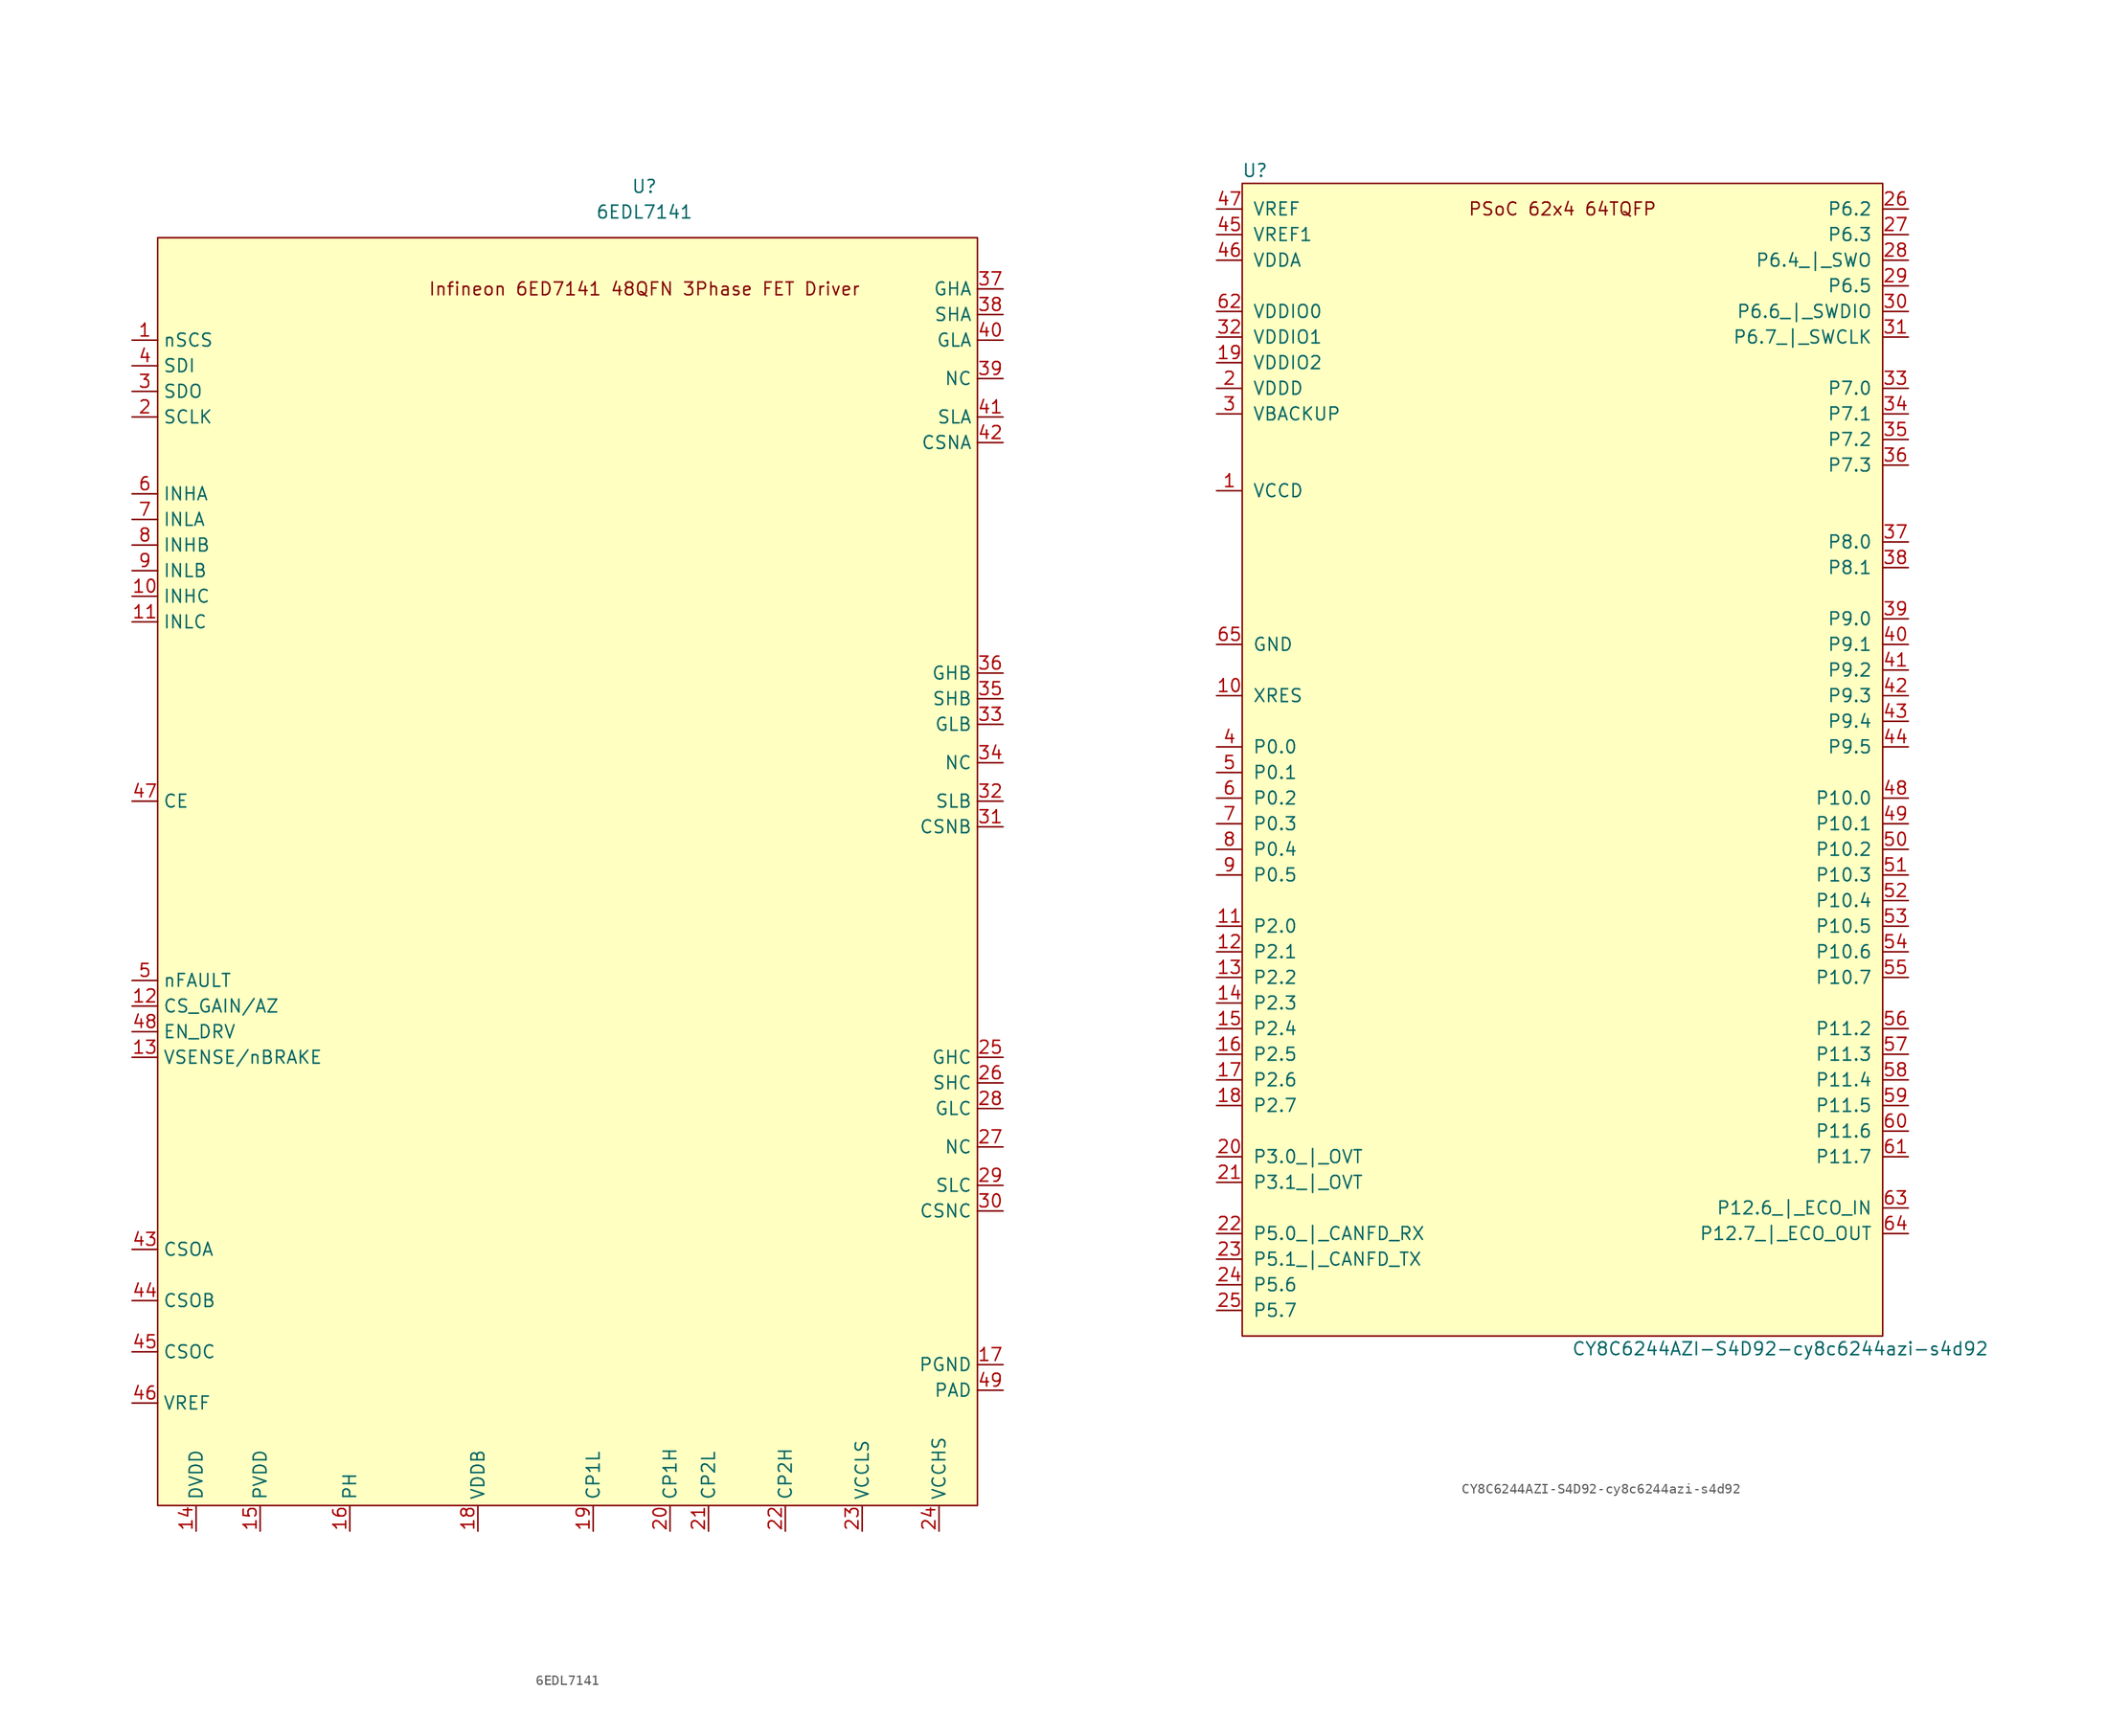
<source format=kicad_sym>
(kicad_symbol_lib
  (version 20201005)
  (generator kicad_symbol_editor)
  (symbol "OpenTurn-rescue:6EDL7141"
    (property "Reference" "U"
      (at 0 5.08 0)
      (effects (font (size 1.27 1.27))))
    (property "Value" "6EDL7141"
      (at 0 2.54 0)
      (effects (font (size 1.27 1.27))))
    (symbol "6EDL7141_0_0"
      (text "Infineon 6ED7141 48QFN 3Phase FET Driver" (at 0 -5.08 0) (effects (font (size 1.27 1.27)))))
    (symbol "6EDL7141_0_1"
      (rectangle (start -48.26 0) (end 33.02 -125.73) (stroke (width 0.152)) (fill (type background))))
    (symbol "6EDL7141_1_1"
      (pin input line (at -50.8 -10.16 0) (length 2.54) (name "nSCS" (effects (font (size 1.27 1.27)))) (number "1" (effects (font (size 1.27 1.27)))))
      (pin input line (at -50.8 -35.56 0) (length 2.54) (name "INHC" (effects (font (size 1.27 1.27)))) (number "10" (effects (font (size 1.27 1.27)))))
      (pin input line (at -50.8 -38.1 0) (length 2.54) (name "INLC" (effects (font (size 1.27 1.27)))) (number "11" (effects (font (size 1.27 1.27)))))
      (pin input line (at -50.8 -76.2 0) (length 2.54) (name "CS_GAIN/AZ" (effects (font (size 1.27 1.27)))) (number "12" (effects (font (size 1.27 1.27)))))
      (pin input line (at -50.8 -81.28 0) (length 2.54) (name "VSENSE/nBRAKE" (effects (font (size 1.27 1.27)))) (number "13" (effects (font (size 1.27 1.27)))))
      (pin input line (at -44.45 -128.27 90) (length 2.54) (name "DVDD" (effects (font (size 1.27 1.27)))) (number "14" (effects (font (size 1.27 1.27)))))
      (pin input line (at -38.1 -128.27 90) (length 2.54) (name "PVDD" (effects (font (size 1.27 1.27)))) (number "15" (effects (font (size 1.27 1.27)))))
      (pin input line (at -29.21 -128.27 90) (length 2.54) (name "PH" (effects (font (size 1.27 1.27)))) (number "16" (effects (font (size 1.27 1.27)))))
      (pin input line (at 35.56 -111.76 180) (length 2.54) (name "PGND" (effects (font (size 1.27 1.27)))) (number "17" (effects (font (size 1.27 1.27)))))
      (pin input line (at -16.51 -128.27 90) (length 2.54) (name "VDDB" (effects (font (size 1.27 1.27)))) (number "18" (effects (font (size 1.27 1.27)))))
      (pin input line (at -5.08 -128.27 90) (length 2.54) (name "CP1L" (effects (font (size 1.27 1.27)))) (number "19" (effects (font (size 1.27 1.27)))))
      (pin input line (at -50.8 -17.78 0) (length 2.54) (name "SCLK" (effects (font (size 1.27 1.27)))) (number "2" (effects (font (size 1.27 1.27)))))
      (pin input line (at 2.54 -128.27 90) (length 2.54) (name "CP1H" (effects (font (size 1.27 1.27)))) (number "20" (effects (font (size 1.27 1.27)))))
      (pin input line (at 6.35 -128.27 90) (length 2.54) (name "CP2L" (effects (font (size 1.27 1.27)))) (number "21" (effects (font (size 1.27 1.27)))))
      (pin input line (at 13.97 -128.27 90) (length 2.54) (name "CP2H" (effects (font (size 1.27 1.27)))) (number "22" (effects (font (size 1.27 1.27)))))
      (pin input line (at 21.59 -128.27 90) (length 2.54) (name "VCCLS" (effects (font (size 1.27 1.27)))) (number "23" (effects (font (size 1.27 1.27)))))
      (pin input line (at 29.21 -128.27 90) (length 2.54) (name "VCCHS" (effects (font (size 1.27 1.27)))) (number "24" (effects (font (size 1.27 1.27)))))
      (pin input line (at 35.56 -81.28 180) (length 2.54) (name "GHC" (effects (font (size 1.27 1.27)))) (number "25" (effects (font (size 1.27 1.27)))))
      (pin input line (at 35.56 -83.82 180) (length 2.54) (name "SHC" (effects (font (size 1.27 1.27)))) (number "26" (effects (font (size 1.27 1.27)))))
      (pin input line (at 35.56 -90.17 180) (length 2.54) (name "NC" (effects (font (size 1.27 1.27)))) (number "27" (effects (font (size 1.27 1.27)))))
      (pin input line (at 35.56 -86.36 180) (length 2.54) (name "GLC" (effects (font (size 1.27 1.27)))) (number "28" (effects (font (size 1.27 1.27)))))
      (pin input line (at 35.56 -93.98 180) (length 2.54) (name "SLC" (effects (font (size 1.27 1.27)))) (number "29" (effects (font (size 1.27 1.27)))))
      (pin input line (at -50.8 -15.24 0) (length 2.54) (name "SDO" (effects (font (size 1.27 1.27)))) (number "3" (effects (font (size 1.27 1.27)))))
      (pin input line (at 35.56 -96.52 180) (length 2.54) (name "CSNC" (effects (font (size 1.27 1.27)))) (number "30" (effects (font (size 1.27 1.27)))))
      (pin input line (at 35.56 -58.42 180) (length 2.54) (name "CSNB" (effects (font (size 1.27 1.27)))) (number "31" (effects (font (size 1.27 1.27)))))
      (pin input line (at 35.56 -55.88 180) (length 2.54) (name "SLB" (effects (font (size 1.27 1.27)))) (number "32" (effects (font (size 1.27 1.27)))))
      (pin input line (at 35.56 -48.26 180) (length 2.54) (name "GLB" (effects (font (size 1.27 1.27)))) (number "33" (effects (font (size 1.27 1.27)))))
      (pin input line (at 35.56 -52.07 180) (length 2.54) (name "NC" (effects (font (size 1.27 1.27)))) (number "34" (effects (font (size 1.27 1.27)))))
      (pin input line (at 35.56 -45.72 180) (length 2.54) (name "SHB" (effects (font (size 1.27 1.27)))) (number "35" (effects (font (size 1.27 1.27)))))
      (pin input line (at 35.56 -43.18 180) (length 2.54) (name "GHB" (effects (font (size 1.27 1.27)))) (number "36" (effects (font (size 1.27 1.27)))))
      (pin input line (at 35.56 -5.08 180) (length 2.54) (name "GHA" (effects (font (size 1.27 1.27)))) (number "37" (effects (font (size 1.27 1.27)))))
      (pin input line (at 35.56 -7.62 180) (length 2.54) (name "SHA" (effects (font (size 1.27 1.27)))) (number "38" (effects (font (size 1.27 1.27)))))
      (pin input line (at 35.56 -13.97 180) (length 2.54) (name "NC" (effects (font (size 1.27 1.27)))) (number "39" (effects (font (size 1.27 1.27)))))
      (pin input line (at -50.8 -12.7 0) (length 2.54) (name "SDI" (effects (font (size 1.27 1.27)))) (number "4" (effects (font (size 1.27 1.27)))))
      (pin input line (at 35.56 -10.16 180) (length 2.54) (name "GLA" (effects (font (size 1.27 1.27)))) (number "40" (effects (font (size 1.27 1.27)))))
      (pin input line (at 35.56 -17.78 180) (length 2.54) (name "SLA" (effects (font (size 1.27 1.27)))) (number "41" (effects (font (size 1.27 1.27)))))
      (pin input line (at 35.56 -20.32 180) (length 2.54) (name "CSNA" (effects (font (size 1.27 1.27)))) (number "42" (effects (font (size 1.27 1.27)))))
      (pin input line (at -50.8 -100.33 0) (length 2.54) (name "CSOA" (effects (font (size 1.27 1.27)))) (number "43" (effects (font (size 1.27 1.27)))))
      (pin input line (at -50.8 -105.41 0) (length 2.54) (name "CSOB" (effects (font (size 1.27 1.27)))) (number "44" (effects (font (size 1.27 1.27)))))
      (pin input line (at -50.8 -110.49 0) (length 2.54) (name "CSOC" (effects (font (size 1.27 1.27)))) (number "45" (effects (font (size 1.27 1.27)))))
      (pin input line (at -50.8 -115.57 0) (length 2.54) (name "VREF" (effects (font (size 1.27 1.27)))) (number "46" (effects (font (size 1.27 1.27)))))
      (pin input line (at -50.8 -55.88 0) (length 2.54) (name "CE" (effects (font (size 1.27 1.27)))) (number "47" (effects (font (size 1.27 1.27)))))
      (pin input line (at -50.8 -78.74 0) (length 2.54) (name "EN_DRV" (effects (font (size 1.27 1.27)))) (number "48" (effects (font (size 1.27 1.27)))))
      (pin input line (at 35.56 -114.3 180) (length 2.54) (name "PAD" (effects (font (size 1.27 1.27)))) (number "49" (effects (font (size 1.27 1.27)))))
      (pin input line (at -50.8 -73.66 0) (length 2.54) (name "nFAULT" (effects (font (size 1.27 1.27)))) (number "5" (effects (font (size 1.27 1.27)))))
      (pin input line (at -50.8 -25.4 0) (length 2.54) (name "INHA" (effects (font (size 1.27 1.27)))) (number "6" (effects (font (size 1.27 1.27)))))
      (pin input line (at -50.8 -27.94 0) (length 2.54) (name "INLA" (effects (font (size 1.27 1.27)))) (number "7" (effects (font (size 1.27 1.27)))))
      (pin input line (at -50.8 -30.48 0) (length 2.54) (name "INHB" (effects (font (size 1.27 1.27)))) (number "8" (effects (font (size 1.27 1.27)))))
      (pin input line (at -50.8 -33.02 0) (length 2.54) (name "INLB" (effects (font (size 1.27 1.27)))) (number "9" (effects (font (size 1.27 1.27)))))))
  (symbol "OpenTurn-rescue:CY8C6244AZI-S4D92-cy8c6244azi-s4d92"
    (pin_names
      (offset 1.016))
    (property "Reference" "U"
      (at 1.27 1.27 0)
      (effects (font (size 1.27 1.27))))
    (property "Value" "CY8C6244AZI-S4D92-cy8c6244azi-s4d92"
      (at 53.34 -115.57 0)
      (effects (font (size 1.27 1.27))))
    (symbol "CY8C6244AZI-S4D92-cy8c6244azi-s4d92_0_0"
      (text "PSoC 62x4 64TQFP" (at 31.75 -2.54 0) (effects (font (size 1.27 1.27)))))
    (symbol "CY8C6244AZI-S4D92-cy8c6244azi-s4d92_0_1"
      (rectangle (start 0 0) (end 63.5 -114.3) (stroke (width 0)) (fill (type background))))
    (symbol "CY8C6244AZI-S4D92-cy8c6244azi-s4d92_1_1"
      (pin power_out line (at -2.54 -30.48 0) (length 2.54) (name "VCCD" (effects (font (size 1.27 1.27)))) (number "1" (effects (font (size 1.27 1.27)))))
      (pin bidirectional line (at -2.54 -50.8 0) (length 2.54) (name "XRES" (effects (font (size 1.27 1.27)))) (number "10" (effects (font (size 1.27 1.27)))))
      (pin bidirectional line (at -2.54 -73.66 0) (length 2.54) (name "P2.0" (effects (font (size 1.27 1.27)))) (number "11" (effects (font (size 1.27 1.27)))))
      (pin bidirectional line (at -2.54 -76.2 0) (length 2.54) (name "P2.1" (effects (font (size 1.27 1.27)))) (number "12" (effects (font (size 1.27 1.27)))))
      (pin bidirectional line (at -2.54 -78.74 0) (length 2.54) (name "P2.2" (effects (font (size 1.27 1.27)))) (number "13" (effects (font (size 1.27 1.27)))))
      (pin bidirectional line (at -2.54 -81.28 0) (length 2.54) (name "P2.3" (effects (font (size 1.27 1.27)))) (number "14" (effects (font (size 1.27 1.27)))))
      (pin bidirectional line (at -2.54 -83.82 0) (length 2.54) (name "P2.4" (effects (font (size 1.27 1.27)))) (number "15" (effects (font (size 1.27 1.27)))))
      (pin bidirectional line (at -2.54 -86.36 0) (length 2.54) (name "P2.5" (effects (font (size 1.27 1.27)))) (number "16" (effects (font (size 1.27 1.27)))))
      (pin bidirectional line (at -2.54 -88.9 0) (length 2.54) (name "P2.6" (effects (font (size 1.27 1.27)))) (number "17" (effects (font (size 1.27 1.27)))))
      (pin bidirectional line (at -2.54 -91.44 0) (length 2.54) (name "P2.7" (effects (font (size 1.27 1.27)))) (number "18" (effects (font (size 1.27 1.27)))))
      (pin power_in line (at -2.54 -17.78 0) (length 2.54) (name "VDDIO2" (effects (font (size 1.27 1.27)))) (number "19" (effects (font (size 1.27 1.27)))))
      (pin power_in line (at -2.54 -20.32 0) (length 2.54) (name "VDDD" (effects (font (size 1.27 1.27)))) (number "2" (effects (font (size 1.27 1.27)))))
      (pin bidirectional line (at -2.54 -96.52 0) (length 2.54) (name "P3.0_|_OVT" (effects (font (size 1.27 1.27)))) (number "20" (effects (font (size 1.27 1.27)))))
      (pin bidirectional line (at -2.54 -99.06 0) (length 2.54) (name "P3.1_|_OVT" (effects (font (size 1.27 1.27)))) (number "21" (effects (font (size 1.27 1.27)))))
      (pin bidirectional line (at -2.54 -104.14 0) (length 2.54) (name "P5.0_|_CANFD_RX" (effects (font (size 1.27 1.27)))) (number "22" (effects (font (size 1.27 1.27)))))
      (pin bidirectional line (at -2.54 -106.68 0) (length 2.54) (name "P5.1_|_CANFD_TX" (effects (font (size 1.27 1.27)))) (number "23" (effects (font (size 1.27 1.27)))))
      (pin bidirectional line (at -2.54 -109.22 0) (length 2.54) (name "P5.6" (effects (font (size 1.27 1.27)))) (number "24" (effects (font (size 1.27 1.27)))))
      (pin bidirectional line (at -2.54 -111.76 0) (length 2.54) (name "P5.7" (effects (font (size 1.27 1.27)))) (number "25" (effects (font (size 1.27 1.27)))))
      (pin bidirectional line (at 66.04 -2.54 180) (length 2.54) (name "P6.2" (effects (font (size 1.27 1.27)))) (number "26" (effects (font (size 1.27 1.27)))))
      (pin bidirectional line (at 66.04 -5.08 180) (length 2.54) (name "P6.3" (effects (font (size 1.27 1.27)))) (number "27" (effects (font (size 1.27 1.27)))))
      (pin bidirectional line (at 66.04 -7.62 180) (length 2.54) (name "P6.4_|_SWO" (effects (font (size 1.27 1.27)))) (number "28" (effects (font (size 1.27 1.27)))))
      (pin bidirectional line (at 66.04 -10.16 180) (length 2.54) (name "P6.5" (effects (font (size 1.27 1.27)))) (number "29" (effects (font (size 1.27 1.27)))))
      (pin power_in line (at -2.54 -22.86 0) (length 2.54) (name "VBACKUP" (effects (font (size 1.27 1.27)))) (number "3" (effects (font (size 1.27 1.27)))))
      (pin bidirectional line (at 66.04 -12.7 180) (length 2.54) (name "P6.6_|_SWDIO" (effects (font (size 1.27 1.27)))) (number "30" (effects (font (size 1.27 1.27)))))
      (pin bidirectional line (at 66.04 -15.24 180) (length 2.54) (name "P6.7_|_SWCLK" (effects (font (size 1.27 1.27)))) (number "31" (effects (font (size 1.27 1.27)))))
      (pin power_in line (at -2.54 -15.24 0) (length 2.54) (name "VDDIO1" (effects (font (size 1.27 1.27)))) (number "32" (effects (font (size 1.27 1.27)))))
      (pin bidirectional line (at 66.04 -20.32 180) (length 2.54) (name "P7.0" (effects (font (size 1.27 1.27)))) (number "33" (effects (font (size 1.27 1.27)))))
      (pin bidirectional line (at 66.04 -22.86 180) (length 2.54) (name "P7.1" (effects (font (size 1.27 1.27)))) (number "34" (effects (font (size 1.27 1.27)))))
      (pin bidirectional line (at 66.04 -25.4 180) (length 2.54) (name "P7.2" (effects (font (size 1.27 1.27)))) (number "35" (effects (font (size 1.27 1.27)))))
      (pin bidirectional line (at 66.04 -27.94 180) (length 2.54) (name "P7.3" (effects (font (size 1.27 1.27)))) (number "36" (effects (font (size 1.27 1.27)))))
      (pin bidirectional line (at 66.04 -35.56 180) (length 2.54) (name "P8.0" (effects (font (size 1.27 1.27)))) (number "37" (effects (font (size 1.27 1.27)))))
      (pin bidirectional line (at 66.04 -38.1 180) (length 2.54) (name "P8.1" (effects (font (size 1.27 1.27)))) (number "38" (effects (font (size 1.27 1.27)))))
      (pin bidirectional line (at 66.04 -43.18 180) (length 2.54) (name "P9.0" (effects (font (size 1.27 1.27)))) (number "39" (effects (font (size 1.27 1.27)))))
      (pin bidirectional line (at -2.54 -55.88 0) (length 2.54) (name "P0.0" (effects (font (size 1.27 1.27)))) (number "4" (effects (font (size 1.27 1.27)))))
      (pin bidirectional line (at 66.04 -45.72 180) (length 2.54) (name "P9.1" (effects (font (size 1.27 1.27)))) (number "40" (effects (font (size 1.27 1.27)))))
      (pin bidirectional line (at 66.04 -48.26 180) (length 2.54) (name "P9.2" (effects (font (size 1.27 1.27)))) (number "41" (effects (font (size 1.27 1.27)))))
      (pin bidirectional line (at 66.04 -50.8 180) (length 2.54) (name "P9.3" (effects (font (size 1.27 1.27)))) (number "42" (effects (font (size 1.27 1.27)))))
      (pin bidirectional line (at 66.04 -53.34 180) (length 2.54) (name "P9.4" (effects (font (size 1.27 1.27)))) (number "43" (effects (font (size 1.27 1.27)))))
      (pin bidirectional line (at 66.04 -55.88 180) (length 2.54) (name "P9.5" (effects (font (size 1.27 1.27)))) (number "44" (effects (font (size 1.27 1.27)))))
      (pin power_out line (at -2.54 -5.08 0) (length 2.54) (name "VREF1" (effects (font (size 1.27 1.27)))) (number "45" (effects (font (size 1.27 1.27)))))
      (pin power_in line (at -2.54 -7.62 0) (length 2.54) (name "VDDA" (effects (font (size 1.27 1.27)))) (number "46" (effects (font (size 1.27 1.27)))))
      (pin power_out line (at -2.54 -2.54 0) (length 2.54) (name "VREF" (effects (font (size 1.27 1.27)))) (number "47" (effects (font (size 1.27 1.27)))))
      (pin bidirectional line (at 66.04 -60.96 180) (length 2.54) (name "P10.0" (effects (font (size 1.27 1.27)))) (number "48" (effects (font (size 1.27 1.27)))))
      (pin bidirectional line (at 66.04 -63.5 180) (length 2.54) (name "P10.1" (effects (font (size 1.27 1.27)))) (number "49" (effects (font (size 1.27 1.27)))))
      (pin bidirectional line (at -2.54 -58.42 0) (length 2.54) (name "P0.1" (effects (font (size 1.27 1.27)))) (number "5" (effects (font (size 1.27 1.27)))))
      (pin bidirectional line (at 66.04 -66.04 180) (length 2.54) (name "P10.2" (effects (font (size 1.27 1.27)))) (number "50" (effects (font (size 1.27 1.27)))))
      (pin bidirectional line (at 66.04 -68.58 180) (length 2.54) (name "P10.3" (effects (font (size 1.27 1.27)))) (number "51" (effects (font (size 1.27 1.27)))))
      (pin bidirectional line (at 66.04 -71.12 180) (length 2.54) (name "P10.4" (effects (font (size 1.27 1.27)))) (number "52" (effects (font (size 1.27 1.27)))))
      (pin bidirectional line (at 66.04 -73.66 180) (length 2.54) (name "P10.5" (effects (font (size 1.27 1.27)))) (number "53" (effects (font (size 1.27 1.27)))))
      (pin bidirectional line (at 66.04 -76.2 180) (length 2.54) (name "P10.6" (effects (font (size 1.27 1.27)))) (number "54" (effects (font (size 1.27 1.27)))))
      (pin bidirectional line (at 66.04 -78.74 180) (length 2.54) (name "P10.7" (effects (font (size 1.27 1.27)))) (number "55" (effects (font (size 1.27 1.27)))))
      (pin bidirectional line (at 66.04 -83.82 180) (length 2.54) (name "P11.2" (effects (font (size 1.27 1.27)))) (number "56" (effects (font (size 1.27 1.27)))))
      (pin bidirectional line (at 66.04 -86.36 180) (length 2.54) (name "P11.3" (effects (font (size 1.27 1.27)))) (number "57" (effects (font (size 1.27 1.27)))))
      (pin bidirectional line (at 66.04 -88.9 180) (length 2.54) (name "P11.4" (effects (font (size 1.27 1.27)))) (number "58" (effects (font (size 1.27 1.27)))))
      (pin bidirectional line (at 66.04 -91.44 180) (length 2.54) (name "P11.5" (effects (font (size 1.27 1.27)))) (number "59" (effects (font (size 1.27 1.27)))))
      (pin bidirectional line (at -2.54 -60.96 0) (length 2.54) (name "P0.2" (effects (font (size 1.27 1.27)))) (number "6" (effects (font (size 1.27 1.27)))))
      (pin bidirectional line (at 66.04 -93.98 180) (length 2.54) (name "P11.6" (effects (font (size 1.27 1.27)))) (number "60" (effects (font (size 1.27 1.27)))))
      (pin bidirectional line (at 66.04 -96.52 180) (length 2.54) (name "P11.7" (effects (font (size 1.27 1.27)))) (number "61" (effects (font (size 1.27 1.27)))))
      (pin power_in line (at -2.54 -12.7 0) (length 2.54) (name "VDDIO0" (effects (font (size 1.27 1.27)))) (number "62" (effects (font (size 1.27 1.27)))))
      (pin bidirectional line (at 66.04 -101.6 180) (length 2.54) (name "P12.6_|_ECO_IN" (effects (font (size 1.27 1.27)))) (number "63" (effects (font (size 1.27 1.27)))))
      (pin bidirectional line (at 66.04 -104.14 180) (length 2.54) (name "P12.7_|_ECO_OUT" (effects (font (size 1.27 1.27)))) (number "64" (effects (font (size 1.27 1.27)))))
      (pin power_in line (at -2.54 -45.72 0) (length 2.54) (name "GND" (effects (font (size 1.27 1.27)))) (number "65" (effects (font (size 1.27 1.27)))))
      (pin bidirectional line (at -2.54 -63.5 0) (length 2.54) (name "P0.3" (effects (font (size 1.27 1.27)))) (number "7" (effects (font (size 1.27 1.27)))))
      (pin bidirectional line (at -2.54 -66.04 0) (length 2.54) (name "P0.4" (effects (font (size 1.27 1.27)))) (number "8" (effects (font (size 1.27 1.27)))))
      (pin bidirectional line (at -2.54 -68.58 0) (length 2.54) (name "P0.5" (effects (font (size 1.27 1.27)))) (number "9" (effects (font (size 1.27 1.27))))))))
</source>
